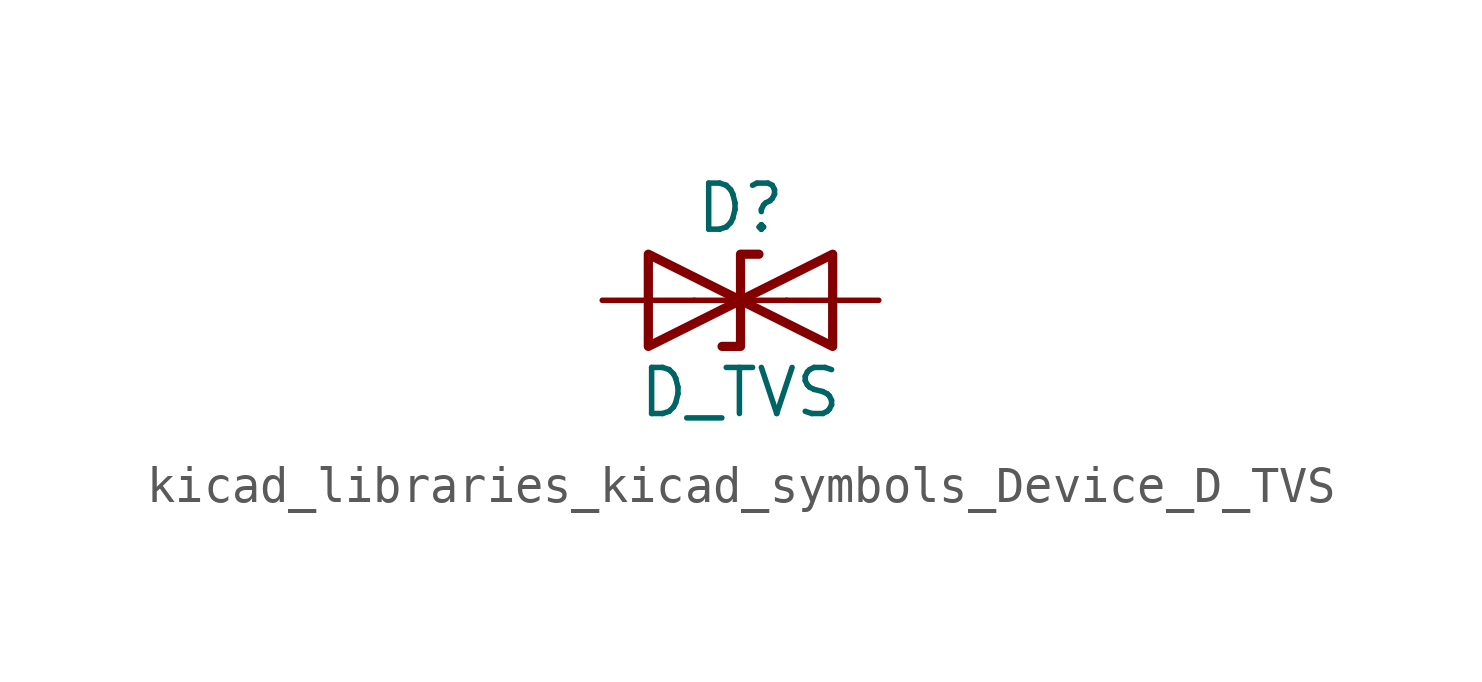
<source format=kicad_sym>
(kicad_symbol_lib
  (version 20220914)
  (generator kicad_symbol_editor)
  (symbol "kicad_libraries_kicad_symbols_Device_D_TVS"
    (pin_numbers hide)
    (pin_names
      (offset 1.016) hide)
    (property "Reference" "D"
      (at 0 2.54 0)
      (effects (font (size 1.27 1.27))))
    (property "Value" "D_TVS"
      (at 0 -2.54 0)
      (effects (font (size 1.27 1.27))))
    (symbol "kicad_libraries_kicad_symbols_Device_D_TVS_0_1"
      (polyline (pts (xy 1.27 0) (xy -1.27 0)) (stroke (width 0) (type default)) (fill (type none)))
      (polyline (pts (xy 0.508 1.27) (xy 0 1.27) (xy 0 -1.27) (xy -0.508 -1.27)) (stroke (width 0.254) (type default)) (fill (type none)))
      (polyline (pts (xy -2.54 1.27) (xy -2.54 -1.27) (xy 2.54 1.27) (xy 2.54 -1.27) (xy -2.54 1.27)) (stroke (width 0.254) (type default)) (fill (type none))))
    (symbol "kicad_libraries_kicad_symbols_Device_D_TVS_1_1"
      (pin passive line (at -3.81 0 0) (length 2.54) (name "A1" (effects (font (size 1.27 1.27)))) (number "1" (effects (font (size 1.27 1.27)))))
      (pin passive line (at 3.81 0 180) (length 2.54) (name "A2" (effects (font (size 1.27 1.27)))) (number "2" (effects (font (size 1.27 1.27))))))))
</source>
